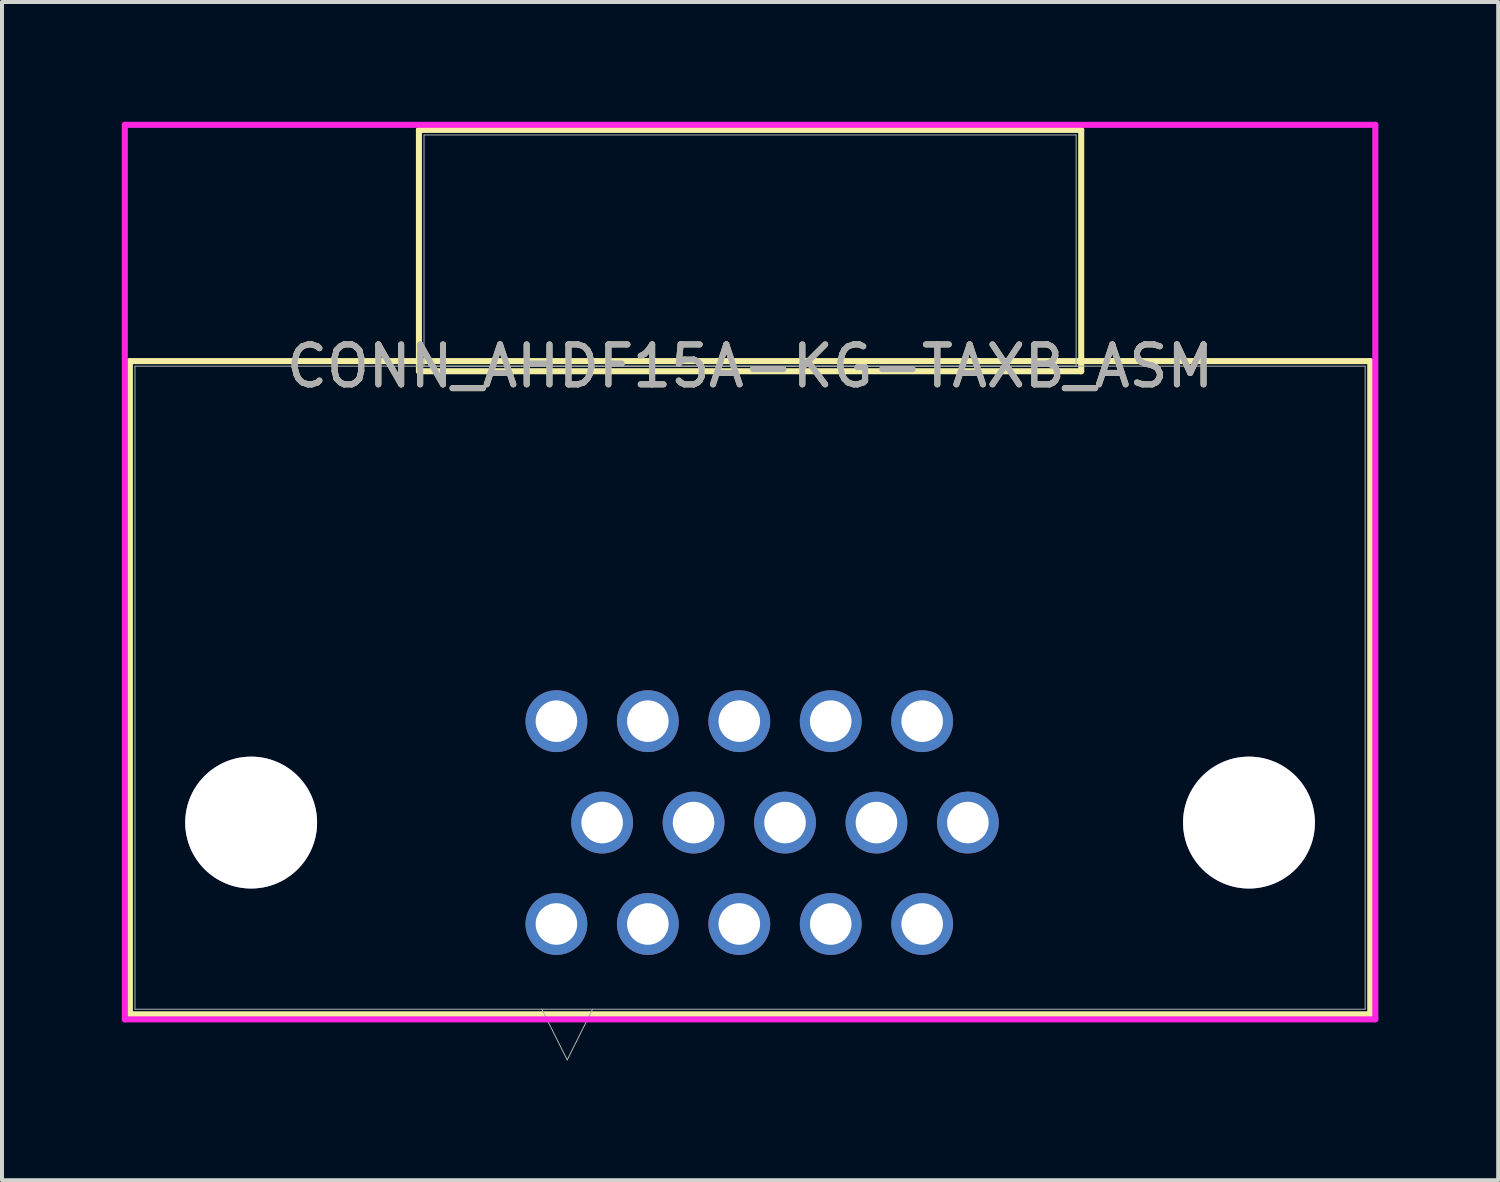
<source format=kicad_pcb>
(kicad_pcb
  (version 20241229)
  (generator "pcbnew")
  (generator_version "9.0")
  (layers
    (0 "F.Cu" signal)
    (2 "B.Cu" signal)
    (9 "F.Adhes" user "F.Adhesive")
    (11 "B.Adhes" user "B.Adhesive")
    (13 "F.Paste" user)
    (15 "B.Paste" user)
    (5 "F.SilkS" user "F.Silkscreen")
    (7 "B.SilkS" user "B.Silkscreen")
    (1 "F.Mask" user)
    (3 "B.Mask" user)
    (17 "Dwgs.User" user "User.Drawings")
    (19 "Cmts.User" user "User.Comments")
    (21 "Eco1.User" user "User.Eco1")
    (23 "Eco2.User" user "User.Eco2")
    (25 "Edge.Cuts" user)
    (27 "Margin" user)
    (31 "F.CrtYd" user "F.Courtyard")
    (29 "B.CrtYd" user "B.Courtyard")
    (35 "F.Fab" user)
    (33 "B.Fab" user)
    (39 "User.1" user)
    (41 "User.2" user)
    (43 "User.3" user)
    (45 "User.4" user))
  (footprint "CONN_AHDF15A-KG-TAXB_ASM"
    (layer "F.Cu")
    (at 15.735 6.121)
    (property "Reference" "CONN_AHDF15A-KG-TAXB_ASM" (at 0 0 0) (unlocked yes) (layer "F.SilkS") (effects (font (size 1 1) (thickness 0.15))))
    (attr through_hole)
    (fp_line (start -15.532 -0.127) (end -15.532 16.231) (stroke (width 0.152) (type solid)) (layer "F.SilkS"))
    (fp_line (start -15.532 16.231) (end 15.532 16.231) (stroke (width 0.152) (type solid)) (layer "F.SilkS"))
    (fp_line (start -8.293 -5.918) (end -8.293 0.127) (stroke (width 0.152) (type solid)) (layer "F.SilkS"))
    (fp_line (start -8.293 0.127) (end 8.293 0.127) (stroke (width 0.152) (type solid)) (layer "F.SilkS"))
    (fp_line (start 8.293 -5.918) (end -8.293 -5.918) (stroke (width 0.152) (type solid)) (layer "F.SilkS"))
    (fp_line (start 8.293 0.127) (end 8.293 -5.918) (stroke (width 0.152) (type solid)) (layer "F.SilkS"))
    (fp_line (start 15.532 -0.127) (end -15.532 -0.127) (stroke (width 0.152) (type solid)) (layer "F.SilkS"))
    (fp_line (start 15.532 16.231) (end 15.532 -0.127) (stroke (width 0.152) (type solid)) (layer "F.SilkS"))
    (fp_line (start -15.659 -6.045) (end -15.659 16.358) (stroke (width 0.152) (type solid)) (layer "F.CrtYd"))
    (fp_line (start -15.659 16.358) (end 15.659 16.358) (stroke (width 0.152) (type solid)) (layer "F.CrtYd"))
    (fp_line (start 15.659 -6.045) (end -15.659 -6.045) (stroke (width 0.152) (type solid)) (layer "F.CrtYd"))
    (fp_line (start 15.659 16.358) (end 15.659 -6.045) (stroke (width 0.152) (type solid)) (layer "F.CrtYd"))
    (fp_line (start -15.405 0) (end -15.405 16.104) (stroke (width 0.025) (type solid)) (layer "F.Fab"))
    (fp_line (start -15.405 16.104) (end 15.405 16.104) (stroke (width 0.025) (type solid)) (layer "F.Fab"))
    (fp_line (start -8.166 -5.791) (end -8.166 0) (stroke (width 0.025) (type solid)) (layer "F.Fab"))
    (fp_line (start -8.166 0) (end 8.166 0) (stroke (width 0.025) (type solid)) (layer "F.Fab"))
    (fp_line (start -5.215 16.104) (end -4.58 17.374) (stroke (width 0.025) (type solid)) (layer "F.Fab"))
    (fp_line (start -3.945 16.104) (end -4.58 17.374) (stroke (width 0.025) (type solid)) (layer "F.Fab"))
    (fp_line (start 8.166 -5.791) (end -8.166 -5.791) (stroke (width 0.025) (type solid)) (layer "F.Fab"))
    (fp_line (start 8.166 0) (end 8.166 -5.791) (stroke (width 0.025) (type solid)) (layer "F.Fab"))
    (fp_line (start 15.405 0) (end -15.405 0) (stroke (width 0.025) (type solid)) (layer "F.Fab"))
    (fp_line (start 15.405 16.104) (end 15.405 0) (stroke (width 0.025) (type solid)) (layer "F.Fab"))
    (fp_text user "${REFERENCE}" (at 0 0 0) (unlocked yes) (layer "F.Fab") (effects (font (size 1 1) (thickness 0.15))))
    (pad "0" thru_hole circle (at -12.495 11.43) (size 3.302 3.302) (drill 3.302) (layers "*.Cu" "*.Mask"))
    (pad "0" thru_hole circle (at 12.495 11.43) (size 3.302 3.302) (drill 3.302) (layers "*.Cu" "*.Mask"))
    (pad "1" thru_hole circle (at -4.85 13.97) (size 1.549 1.549) (drill 1.041) (layers "*.Cu" "*.Mask"))
    (pad "2" thru_hole circle (at -2.56 13.97) (size 1.549 1.549) (drill 1.041) (layers "*.Cu" "*.Mask"))
    (pad "3" thru_hole circle (at -0.27 13.97) (size 1.549 1.549) (drill 1.041) (layers "*.Cu" "*.Mask"))
    (pad "4" thru_hole circle (at 2.02 13.97) (size 1.549 1.549) (drill 1.041) (layers "*.Cu" "*.Mask"))
    (pad "5" thru_hole circle (at 4.31 13.97) (size 1.549 1.549) (drill 1.041) (layers "*.Cu" "*.Mask"))
    (pad "6" thru_hole circle (at -3.705 11.43) (size 1.549 1.549) (drill 1.041) (layers "*.Cu" "*.Mask"))
    (pad "7" thru_hole circle (at -1.415 11.43) (size 1.549 1.549) (drill 1.041) (layers "*.Cu" "*.Mask"))
    (pad "8" thru_hole circle (at 0.875 11.43) (size 1.549 1.549) (drill 1.041) (layers "*.Cu" "*.Mask"))
    (pad "9" thru_hole circle (at 3.165 11.43) (size 1.549 1.549) (drill 1.041) (layers "*.Cu" "*.Mask"))
    (pad "10" thru_hole circle (at 5.455 11.43) (size 1.549 1.549) (drill 1.041) (layers "*.Cu" "*.Mask"))
    (pad "11" thru_hole circle (at -4.85 8.89) (size 1.549 1.549) (drill 1.041) (layers "*.Cu" "*.Mask"))
    (pad "12" thru_hole circle (at -2.56 8.89) (size 1.549 1.549) (drill 1.041) (layers "*.Cu" "*.Mask"))
    (pad "13" thru_hole circle (at -0.27 8.89) (size 1.549 1.549) (drill 1.041) (layers "*.Cu" "*.Mask"))
    (pad "14" thru_hole circle (at 2.02 8.89) (size 1.549 1.549) (drill 1.041) (layers "*.Cu" "*.Mask"))
    (pad "15" thru_hole circle (at 4.31 8.89) (size 1.549 1.549) (drill 1.041) (layers "*.Cu" "*.Mask")))
  (gr_rect
    (start -3 -3)
    (end 34.471 26.508)
    (stroke (width 0.1) (type default))
    (fill no)
    (layer "Edge.Cuts")))
</source>
